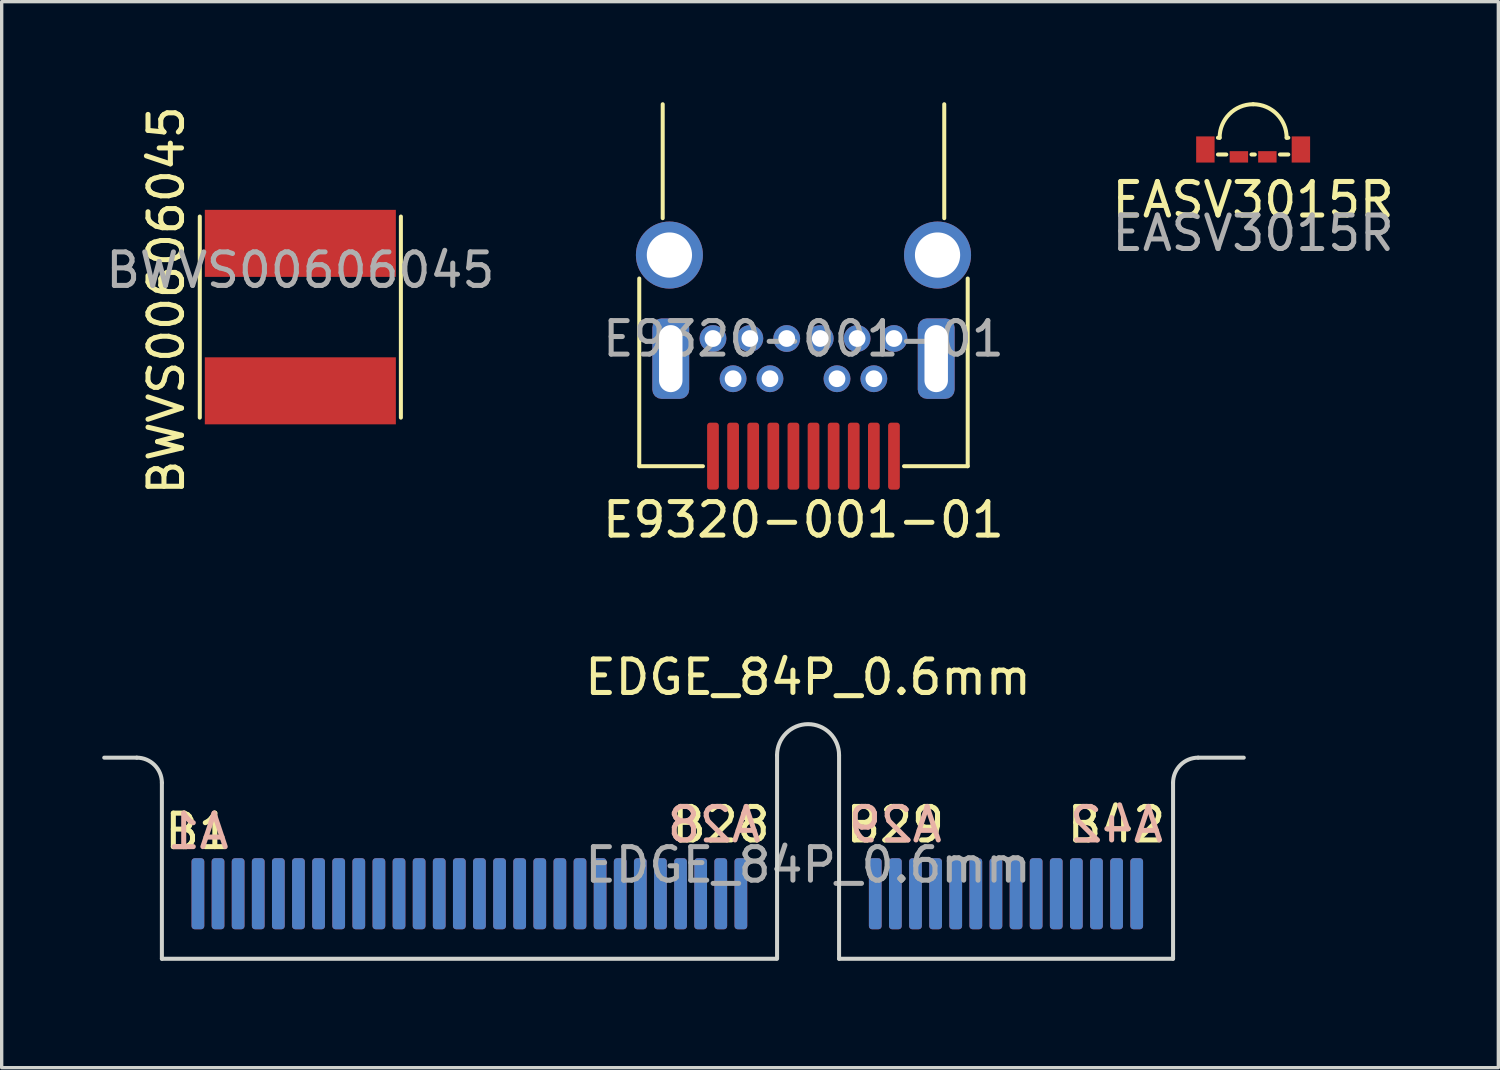
<source format=kicad_pcb>
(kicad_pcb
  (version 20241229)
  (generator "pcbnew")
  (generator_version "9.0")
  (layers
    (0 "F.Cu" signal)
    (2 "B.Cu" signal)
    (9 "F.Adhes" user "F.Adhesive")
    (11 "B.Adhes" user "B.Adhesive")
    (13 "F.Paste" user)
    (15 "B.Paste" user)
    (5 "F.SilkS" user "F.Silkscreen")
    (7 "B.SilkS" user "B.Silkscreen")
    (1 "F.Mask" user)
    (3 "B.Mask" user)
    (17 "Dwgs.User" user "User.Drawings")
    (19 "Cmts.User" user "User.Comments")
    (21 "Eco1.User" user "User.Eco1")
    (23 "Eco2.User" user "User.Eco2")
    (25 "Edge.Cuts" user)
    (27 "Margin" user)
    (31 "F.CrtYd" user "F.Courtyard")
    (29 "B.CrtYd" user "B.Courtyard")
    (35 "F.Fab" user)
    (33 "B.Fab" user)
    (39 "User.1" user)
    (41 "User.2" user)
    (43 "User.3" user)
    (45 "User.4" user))
  (footprint "BWVS00606045"
    (layer "F.Cu")
    (at 5.911 6.411)
    (property "Reference" "BWVS00606045" (at -4 -0.5 90) (unlocked yes) (layer "F.SilkS") (effects (font (size 1 1) (thickness 0.15))))
    (attr smd)
    (fp_line (start -3 3) (end -3 -3) (stroke (width 0.12) (type solid)) (layer "F.SilkS"))
    (fp_line (start 3 -3) (end 3 3) (stroke (width 0.12) (type solid)) (layer "F.SilkS"))
    (fp_text user "${REFERENCE}" (at 0 -1.4 0) (unlocked yes) (layer "F.Fab") (effects (font (size 1 1) (thickness 0.15))))
    (pad "1" smd rect (at 0 -2.2) (size 5.7 2) (layers "F.Cu" "F.Mask" "F.Paste"))
    (pad "2" smd rect (at 0 2.2) (size 5.7 2) (layers "F.Cu" "F.Mask" "F.Paste")))
  (footprint "E9320-001-01"
    (layer "F.Cu")
    (at 20.923 4.56)
    (property "Reference" "E9320-001-01" (at 0 7.9 0) (unlocked yes) (layer "F.SilkS") (effects (font (size 1 1) (thickness 0.15))))
    (attr smd)
    (fp_line (start -4.9 0.7) (end -4.9 6.3) (stroke (width 0.12) (type solid)) (layer "F.SilkS"))
    (fp_line (start -4.9 6.3) (end -3 6.3) (stroke (width 0.12) (type solid)) (layer "F.SilkS"))
    (fp_line (start -4.2 -1.1) (end -4.2 -4.5) (stroke (width 0.12) (type solid)) (layer "F.SilkS"))
    (fp_line (start 3 6.3) (end 4.9 6.3) (stroke (width 0.12) (type solid)) (layer "F.SilkS"))
    (fp_line (start 4.2 -4.5) (end 4.2 -1.1) (stroke (width 0.12) (type solid)) (layer "F.SilkS"))
    (fp_line (start 4.9 6.3) (end 4.9 0.7) (stroke (width 0.12) (type solid)) (layer "F.SilkS"))
    (fp_line (start 0 -4.5) (end -4.2 -4.5) (stroke (width 0.12) (type solid)) (layer "Eco1.User"))
    (fp_line (start 0 -4.5) (end 4.2 -4.5) (stroke (width 0.12) (type solid)) (layer "Eco1.User"))
    (fp_text user "${REFERENCE}" (at 0 2.5 0) (unlocked yes) (layer "F.Fab") (effects (font (size 1 1) (thickness 0.15))))
    (pad "1" smd roundrect (at 2.7 6) (size 0.35 2) (layers "F.Cu" "F.Mask" "F.Paste") (roundrect_rratio 0.25))
    (pad "2" thru_hole circle (at 2.7 2.49) (size 0.8 0.8) (drill 0.5) (layers "*.Cu" "B.Mask"))
    (pad "3" smd roundrect (at 2.1 6) (size 0.35 2) (layers "F.Cu" "F.Mask" "F.Paste") (roundrect_rratio 0.25))
    (pad "4" thru_hole circle (at 2.1 3.69) (size 0.8 0.8) (drill 0.5) (layers "*.Cu" "B.Mask"))
    (pad "5" smd roundrect (at 1.5 6) (size 0.35 2) (layers "F.Cu" "F.Mask" "F.Paste") (roundrect_rratio 0.25))
    (pad "6" thru_hole circle (at 1.6 2.49) (size 0.8 0.8) (drill 0.5) (layers "*.Cu" "B.Mask"))
    (pad "7" smd roundrect (at 0.9 6) (size 0.35 2) (layers "F.Cu" "F.Mask" "F.Paste") (roundrect_rratio 0.25))
    (pad "8" thru_hole circle (at 1 3.69) (size 0.8 0.8) (drill 0.5) (layers "*.Cu" "B.Mask"))
    (pad "9" smd roundrect (at 0.3 6) (size 0.35 2) (layers "F.Cu" "F.Mask" "F.Paste") (roundrect_rratio 0.25))
    (pad "10" thru_hole circle (at 0.5 2.49) (size 0.8 0.8) (drill 0.5) (layers "*.Cu" "B.Mask"))
    (pad "11" smd roundrect (at -0.3 6) (size 0.35 2) (layers "F.Cu" "F.Mask" "F.Paste") (roundrect_rratio 0.25))
    (pad "12" thru_hole circle (at -0.5 2.49) (size 0.8 0.8) (drill 0.5) (layers "*.Cu" "B.Mask"))
    (pad "13" smd roundrect (at -0.9 6) (size 0.35 2) (layers "F.Cu" "F.Mask" "F.Paste") (roundrect_rratio 0.25))
    (pad "14" thru_hole circle (at -1 3.69) (size 0.8 0.8) (drill 0.5) (layers "*.Cu" "B.Mask"))
    (pad "15" smd roundrect (at -1.5 6) (size 0.35 2) (layers "F.Cu" "F.Mask" "F.Paste") (roundrect_rratio 0.25))
    (pad "16" thru_hole circle (at -1.6 2.49) (size 0.8 0.8) (drill 0.5) (layers "*.Cu" "B.Mask"))
    (pad "17" smd roundrect (at -2.1 6) (size 0.35 2) (layers "F.Cu" "F.Mask" "F.Paste") (roundrect_rratio 0.25))
    (pad "18" thru_hole circle (at -2.1 3.69) (size 0.8 0.8) (drill 0.5) (layers "*.Cu" "*.Mask"))
    (pad "19" smd roundrect (at -2.7 6) (size 0.35 2) (layers "F.Cu" "F.Mask" "F.Paste") (roundrect_rratio 0.25))
    (pad "20" thru_hole circle (at -2.7 2.49) (size 0.8 0.8) (drill 0.5) (layers "*.Cu" "*.Mask"))
    (pad "S" thru_hole circle (at -4 0) (size 2 2) (drill 1.35) (layers "*.Cu" "*.Mask"))
    (pad "S" thru_hole roundrect (at -3.96 3.09) (size 1.1 2.4) (drill oval 0.7 2) (layers "*.Cu" "*.Mask") (roundrect_rratio 0.25))
    (pad "S" thru_hole roundrect (at 3.96 3.09) (size 1.1 2.4) (drill oval 0.7 2) (layers "*.Cu" "*.Mask") (roundrect_rratio 0.25))
    (pad "S" thru_hole circle (at 4 0) (size 2 2) (drill 1.35) (layers "*.Cu" "*.Mask")))
  (footprint "EASV3015R"
    (layer "F.Cu")
    (at 34.339 1.41)
    (property "Reference" "EASV3015R" (at 0 1.5 0) (unlocked yes) (layer "F.SilkS") (effects (font (size 1 1) (thickness 0.15))))
    (attr smd)
    (fp_line (start -1 -0.35) (end -1.05 -0.35) (stroke (width 0.12) (type solid)) (layer "F.SilkS"))
    (fp_line (start -0.8 0.15) (end -1.05 0.15) (stroke (width 0.12) (type solid)) (layer "F.SilkS"))
    (fp_line (start 0.05 0.15) (end -0.05 0.15) (stroke (width 0.12) (type solid)) (layer "F.SilkS"))
    (fp_line (start 1 -0.35) (end 1.05 -0.35) (stroke (width 0.12) (type solid)) (layer "F.SilkS"))
    (fp_line (start 1.05 0.15) (end 0.8 0.15) (stroke (width 0.12) (type solid)) (layer "F.SilkS"))
    (fp_arc (start -1 -0.35) (mid -0.707107 -1.057107) (end 0 -1.35) (stroke (width 0.12) (type solid)) (layer "F.SilkS"))
    (fp_arc (start 0 -1.35) (mid 0.707107 -1.057107) (end 1 -0.35) (stroke (width 0.12) (type solid)) (layer "F.SilkS"))
    (fp_text user "${REFERENCE}" (at 0 2.5 0) (unlocked yes) (layer "F.Fab") (effects (font (size 1 1) (thickness 0.15))))
    (pad "1" smd rect (at 1.425 0) (size 0.55 0.78) (layers "F.Cu" "F.Mask" "F.Paste"))
    (pad "2" smd rect (at 0.425 0.22) (size 0.55 0.34) (layers "F.Cu" "F.Mask" "F.Paste"))
    (pad "3" smd rect (at -0.425 0.22) (size 0.55 0.34) (layers "F.Cu" "F.Mask" "F.Paste"))
    (pad "4" smd rect (at -1.425 0) (size 0.55 0.78) (layers "F.Cu" "F.Mask" "F.Paste")))
  (footprint "EDGE_84P_0.6mm"
    (layer "F.Cu")
    (at 21.06 25.556)
    (property "Reference" "EDGE_84P_0.6mm" (at 0 -8.4 0) (unlocked yes) (layer "F.SilkS") (effects (font (size 1 1) (thickness 0.15))))
    (attr smd)
    (fp_line (start -20.03 -6) (end -21 -6) (stroke (width 0.12) (type solid)) (layer "Edge.Cuts"))
    (fp_line (start -19.28 0) (end -19.28 -5.25) (stroke (width 0.12) (type solid)) (layer "Edge.Cuts"))
    (fp_line (start -0.95 0) (end -19.28 0) (stroke (width 0.12) (type solid)) (layer "Edge.Cuts"))
    (fp_line (start -0.925 0) (end -0.925 -6.075) (stroke (width 0.12) (type solid)) (layer "Edge.Cuts"))
    (fp_line (start 0.925 -6.075) (end 0.925 0) (stroke (width 0.12) (type solid)) (layer "Edge.Cuts"))
    (fp_line (start 0.925 0) (end 10.89 0) (stroke (width 0.12) (type solid)) (layer "Edge.Cuts"))
    (fp_line (start 10.89 0) (end 10.89 -5.25) (stroke (width 0.12) (type solid)) (layer "Edge.Cuts"))
    (fp_line (start 11.64 -6) (end 13 -6) (stroke (width 0.12) (type solid)) (layer "Edge.Cuts"))
    (fp_arc (start -20.03 -6) (mid -19.499671 -5.78033) (end -19.28 -5.25) (stroke (width 0.12) (type solid)) (layer "Edge.Cuts"))
    (fp_arc (start -0.925 -6.075) (mid 0 -7) (end 0.925 -6.075) (stroke (width 0.12) (type solid)) (layer "Edge.Cuts"))
    (fp_arc (start 10.89 -5.25) (mid 11.10967 -5.78033) (end 11.64 -6) (stroke (width 0.12) (type solid)) (layer "Edge.Cuts"))
    (fp_text user "B42" (at 9.2 -4 0) (unlocked yes) (layer "F.SilkS") (effects (font (size 1 1) (thickness 0.15))))
    (fp_text user "B1" (at -18.2 -3.8 0) (unlocked yes) (layer "F.SilkS") (effects (font (size 1 1) (thickness 0.15))))
    (fp_text user "B28" (at -2.6 -4 0) (unlocked yes) (layer "F.SilkS") (effects (font (size 1 1) (thickness 0.15))))
    (fp_text user "B29" (at 2.6 -4 0) (unlocked yes) (layer "F.SilkS") (effects (font (size 1 1) (thickness 0.15))))
    (fp_text user "A29" (at 2.6 -4 0) (unlocked yes) (layer "B.SilkS") (effects (font (size 1 1) (thickness 0.15)) (justify mirror)))
    (fp_text user "A28" (at -2.8 -4 0) (unlocked yes) (layer "B.SilkS") (effects (font (size 1 1) (thickness 0.15)) (justify mirror)))
    (fp_text user "A42" (at 9.2 -4 0) (unlocked yes) (layer "B.SilkS") (effects (font (size 1 1) (thickness 0.15)) (justify mirror)))
    (fp_text user "A1" (at -18.2 -3.8 0) (unlocked yes) (layer "B.SilkS") (effects (font (size 1 1) (thickness 0.15)) (justify mirror)))
    (fp_text user "${REFERENCE}" (at 0 -2.8 0) (unlocked yes) (layer "F.Fab") (effects (font (size 1 1) (thickness 0.15))))
    (pad "A1" connect roundrect (at -18.205 -1.94) (size 0.38 2.12) (layers "B.Cu" "B.Mask") (roundrect_rratio 0.25))
    (pad "A2" connect roundrect (at -17.605 -1.94) (size 0.38 2.12) (layers "B.Cu" "B.Mask") (roundrect_rratio 0.25))
    (pad "A3" connect roundrect (at -17.005 -1.94) (size 0.38 2.12) (layers "B.Cu" "B.Mask") (roundrect_rratio 0.25))
    (pad "A4" connect roundrect (at -16.405 -1.94) (size 0.38 2.12) (layers "B.Cu" "B.Mask") (roundrect_rratio 0.25))
    (pad "A5" connect roundrect (at -15.805 -1.94) (size 0.38 2.12) (layers "B.Cu" "B.Mask") (roundrect_rratio 0.25))
    (pad "A6" connect roundrect (at -15.205 -1.94) (size 0.38 2.12) (layers "B.Cu" "B.Mask") (roundrect_rratio 0.25))
    (pad "A7" connect roundrect (at -14.605 -1.94) (size 0.38 2.12) (layers "B.Cu" "B.Mask") (roundrect_rratio 0.25))
    (pad "A8" connect roundrect (at -14.005 -1.94) (size 0.38 2.12) (layers "B.Cu" "B.Mask") (roundrect_rratio 0.25))
    (pad "A9" connect roundrect (at -13.405 -1.94) (size 0.38 2.12) (layers "B.Cu" "B.Mask") (roundrect_rratio 0.25))
    (pad "A10" connect roundrect (at -12.805 -1.94) (size 0.38 2.12) (layers "B.Cu" "B.Mask") (roundrect_rratio 0.25))
    (pad "A11" connect roundrect (at -12.205 -1.94) (size 0.38 2.12) (layers "B.Cu" "B.Mask") (roundrect_rratio 0.25))
    (pad "A12" connect roundrect (at -11.605 -1.94) (size 0.38 2.12) (layers "B.Cu" "B.Mask") (roundrect_rratio 0.25))
    (pad "A13" connect roundrect (at -11.005 -1.94) (size 0.38 2.12) (layers "B.Cu" "B.Mask") (roundrect_rratio 0.25))
    (pad "A14" connect roundrect (at -10.405 -1.94) (size 0.38 2.12) (layers "B.Cu" "B.Mask") (roundrect_rratio 0.25))
    (pad "A15" connect roundrect (at -9.805 -1.94) (size 0.38 2.12) (layers "B.Cu" "B.Mask") (roundrect_rratio 0.25))
    (pad "A16" connect roundrect (at -9.205 -1.94) (size 0.38 2.12) (layers "B.Cu" "B.Mask") (roundrect_rratio 0.25))
    (pad "A17" connect roundrect (at -8.605 -1.94) (size 0.38 2.12) (layers "B.Cu" "B.Mask") (roundrect_rratio 0.25))
    (pad "A18" connect roundrect (at -8.005 -1.94) (size 0.38 2.12) (layers "B.Cu" "B.Mask") (roundrect_rratio 0.25))
    (pad "A19" connect roundrect (at -7.405 -1.94) (size 0.38 2.12) (layers "B.Cu" "B.Mask") (roundrect_rratio 0.25))
    (pad "A20" connect roundrect (at -6.805 -1.94) (size 0.38 2.12) (layers "B.Cu" "B.Mask") (roundrect_rratio 0.25))
    (pad "A21" connect roundrect (at -6.205 -1.94) (size 0.38 2.12) (layers "B.Cu" "B.Mask") (roundrect_rratio 0.25))
    (pad "A22" connect roundrect (at -5.605 -1.94) (size 0.38 2.12) (layers "B.Cu" "B.Mask") (roundrect_rratio 0.25))
    (pad "A23" connect roundrect (at -5.005 -1.94) (size 0.38 2.12) (layers "B.Cu" "B.Mask") (roundrect_rratio 0.25))
    (pad "A24" connect roundrect (at -4.405 -1.94) (size 0.38 2.12) (layers "B.Cu" "B.Mask") (roundrect_rratio 0.25))
    (pad "A25" connect roundrect (at -3.805 -1.94) (size 0.38 2.12) (layers "B.Cu" "B.Mask") (roundrect_rratio 0.25))
    (pad "A26" connect roundrect (at -3.205 -1.94) (size 0.38 2.12) (layers "B.Cu" "B.Mask") (roundrect_rratio 0.25))
    (pad "A27" connect roundrect (at -2.605 -1.94) (size 0.38 2.12) (layers "B.Cu" "B.Mask") (roundrect_rratio 0.25))
    (pad "A28" connect roundrect (at -2.005 -1.94) (size 0.38 2.12) (layers "B.Cu" "B.Mask") (roundrect_rratio 0.25))
    (pad "A29" connect roundrect (at 2.005 -1.94) (size 0.38 2.12) (layers "B.Cu" "B.Mask") (roundrect_rratio 0.25))
    (pad "A30" connect roundrect (at 2.605 -1.94) (size 0.38 2.12) (layers "B.Cu" "B.Mask") (roundrect_rratio 0.25))
    (pad "A31" connect roundrect (at 3.205 -1.94) (size 0.38 2.12) (layers "B.Cu" "B.Mask") (roundrect_rratio 0.25))
    (pad "A32" connect roundrect (at 3.805 -1.94) (size 0.38 2.12) (layers "B.Cu" "B.Mask") (roundrect_rratio 0.25))
    (pad "A33" connect roundrect (at 4.405 -1.94) (size 0.38 2.12) (layers "B.Cu" "B.Mask") (roundrect_rratio 0.25))
    (pad "A34" connect roundrect (at 5.005 -1.94) (size 0.38 2.12) (layers "B.Cu" "B.Mask") (roundrect_rratio 0.25))
    (pad "A35" connect roundrect (at 5.605 -1.94) (size 0.38 2.12) (layers "B.Cu" "B.Mask") (roundrect_rratio 0.25))
    (pad "A36" connect roundrect (at 6.205 -1.94) (size 0.38 2.12) (layers "B.Cu" "B.Mask") (roundrect_rratio 0.25))
    (pad "A37" connect roundrect (at 6.805 -1.94) (size 0.38 2.12) (layers "B.Cu" "B.Mask") (roundrect_rratio 0.25))
    (pad "A38" connect roundrect (at 7.405 -1.94) (size 0.38 2.12) (layers "B.Cu" "B.Mask") (roundrect_rratio 0.25))
    (pad "A39" connect roundrect (at 8.005 -1.94) (size 0.38 2.12) (layers "B.Cu" "B.Mask") (roundrect_rratio 0.25))
    (pad "A40" connect roundrect (at 8.605 -1.94) (size 0.38 2.12) (layers "B.Cu" "B.Mask") (roundrect_rratio 0.25))
    (pad "A41" connect roundrect (at 9.205 -1.94) (size 0.38 2.12) (layers "B.Cu" "B.Mask") (roundrect_rratio 0.25))
    (pad "A42" connect roundrect (at 9.805 -1.94) (size 0.38 2.12) (layers "B.Cu" "B.Mask") (roundrect_rratio 0.25))
    (pad "B1" connect roundrect (at -18.205 -1.94) (size 0.38 2.12) (layers "F.Cu" "F.Mask") (roundrect_rratio 0.25))
    (pad "B2" connect roundrect (at -17.605 -1.94) (size 0.38 2.12) (layers "F.Cu" "F.Mask") (roundrect_rratio 0.25))
    (pad "B3" connect roundrect (at -17.005 -1.94) (size 0.38 2.12) (layers "F.Cu" "F.Mask") (roundrect_rratio 0.25))
    (pad "B4" connect roundrect (at -16.405 -1.94) (size 0.38 2.12) (layers "F.Cu" "F.Mask") (roundrect_rratio 0.25))
    (pad "B5" connect roundrect (at -15.805 -1.94) (size 0.38 2.12) (layers "F.Cu" "F.Mask") (roundrect_rratio 0.25))
    (pad "B6" connect roundrect (at -15.205 -1.94) (size 0.38 2.12) (layers "F.Cu" "F.Mask") (roundrect_rratio 0.25))
    (pad "B7" connect roundrect (at -14.605 -1.94) (size 0.38 2.12) (layers "F.Cu" "F.Mask") (roundrect_rratio 0.25))
    (pad "B8" connect roundrect (at -14.005 -1.94) (size 0.38 2.12) (layers "F.Cu" "F.Mask") (roundrect_rratio 0.25))
    (pad "B9" connect roundrect (at -13.405 -1.94) (size 0.38 2.12) (layers "F.Cu" "F.Mask") (roundrect_rratio 0.25))
    (pad "B10" connect roundrect (at -12.805 -1.94) (size 0.38 2.12) (layers "F.Cu" "F.Mask") (roundrect_rratio 0.25))
    (pad "B11" connect roundrect (at -12.205 -1.94) (size 0.38 2.12) (layers "F.Cu" "F.Mask") (roundrect_rratio 0.25))
    (pad "B12" connect roundrect (at -11.605 -1.94) (size 0.38 2.12) (layers "F.Cu" "F.Mask") (roundrect_rratio 0.25))
    (pad "B13" connect roundrect (at -11.005 -1.94) (size 0.38 2.12) (layers "F.Cu" "F.Mask") (roundrect_rratio 0.25))
    (pad "B14" connect roundrect (at -10.405 -1.94) (size 0.38 2.12) (layers "F.Cu" "F.Mask") (roundrect_rratio 0.25))
    (pad "B15" connect roundrect (at -9.805 -1.94) (size 0.38 2.12) (layers "F.Cu" "F.Mask") (roundrect_rratio 0.25))
    (pad "B16" connect roundrect (at -9.205 -1.94) (size 0.38 2.12) (layers "F.Cu" "F.Mask") (roundrect_rratio 0.25))
    (pad "B17" connect roundrect (at -8.605 -1.94) (size 0.38 2.12) (layers "F.Cu" "F.Mask") (roundrect_rratio 0.25))
    (pad "B18" connect roundrect (at -8.005 -1.94) (size 0.38 2.12) (layers "F.Cu" "F.Mask") (roundrect_rratio 0.25))
    (pad "B19" connect roundrect (at -7.405 -1.94) (size 0.38 2.12) (layers "F.Cu" "F.Mask") (roundrect_rratio 0.25))
    (pad "B20" connect roundrect (at -6.805 -1.94) (size 0.38 2.12) (layers "F.Cu" "F.Mask") (roundrect_rratio 0.25))
    (pad "B21" connect roundrect (at -6.205 -1.94) (size 0.38 2.12) (layers "F.Cu" "F.Mask") (roundrect_rratio 0.25))
    (pad "B22" connect roundrect (at -5.605 -1.94) (size 0.38 2.12) (layers "F.Cu" "F.Mask") (roundrect_rratio 0.25))
    (pad "B23" connect roundrect (at -5.005 -1.94) (size 0.38 2.12) (layers "F.Cu" "F.Mask") (roundrect_rratio 0.25))
    (pad "B24" connect roundrect (at -4.405 -1.94) (size 0.38 2.12) (layers "F.Cu" "F.Mask") (roundrect_rratio 0.25))
    (pad "B25" connect roundrect (at -3.805 -1.94) (size 0.38 2.12) (layers "F.Cu" "F.Mask") (roundrect_rratio 0.25))
    (pad "B26" connect roundrect (at -3.205 -1.94) (size 0.38 2.12) (layers "F.Cu" "F.Mask") (roundrect_rratio 0.25))
    (pad "B27" connect roundrect (at -2.605 -1.94) (size 0.38 2.12) (layers "F.Cu" "F.Mask") (roundrect_rratio 0.25))
    (pad "B28" connect roundrect (at -2.005 -1.94) (size 0.38 2.12) (layers "F.Cu" "F.Mask") (roundrect_rratio 0.25))
    (pad "B29" connect roundrect (at 2.005 -1.94) (size 0.38 2.12) (layers "F.Cu" "F.Mask") (roundrect_rratio 0.25))
    (pad "B30" connect roundrect (at 2.605 -1.94) (size 0.38 2.12) (layers "F.Cu" "F.Mask") (roundrect_rratio 0.25))
    (pad "B31" connect roundrect (at 3.205 -1.94) (size 0.38 2.12) (layers "F.Cu" "F.Mask") (roundrect_rratio 0.25))
    (pad "B32" connect roundrect (at 3.805 -1.94) (size 0.38 2.12) (layers "F.Cu" "F.Mask") (roundrect_rratio 0.25))
    (pad "B33" connect roundrect (at 4.405 -1.94) (size 0.38 2.12) (layers "F.Cu" "F.Mask") (roundrect_rratio 0.25))
    (pad "B34" connect roundrect (at 5.005 -1.94) (size 0.38 2.12) (layers "F.Cu" "F.Mask") (roundrect_rratio 0.25))
    (pad "B35" connect roundrect (at 5.605 -1.94) (size 0.38 2.12) (layers "F.Cu" "F.Mask") (roundrect_rratio 0.25))
    (pad "B36" connect roundrect (at 6.205 -1.94) (size 0.38 2.12) (layers "F.Cu" "F.Mask") (roundrect_rratio 0.25))
    (pad "B37" connect roundrect (at 6.805 -1.94) (size 0.38 2.12) (layers "F.Cu" "F.Mask") (roundrect_rratio 0.25))
    (pad "B38" connect roundrect (at 7.405 -1.94) (size 0.38 2.12) (layers "F.Cu" "F.Mask") (roundrect_rratio 0.25))
    (pad "B39" connect roundrect (at 8.005 -1.94) (size 0.38 2.12) (layers "F.Cu" "F.Mask") (roundrect_rratio 0.25))
    (pad "B40" connect roundrect (at 8.605 -1.94) (size 0.38 2.12) (layers "F.Cu" "F.Mask") (roundrect_rratio 0.25))
    (pad "B41" connect roundrect (at 9.205 -1.94) (size 0.38 2.12) (layers "F.Cu" "F.Mask") (roundrect_rratio 0.25))
    (pad "B42" connect roundrect (at 9.805 -1.94) (size 0.38 2.12) (layers "F.Cu" "F.Mask") (roundrect_rratio 0.25)))
  (gr_rect
    (start -3 -3)
    (end 41.655 28.806)
    (stroke (width 0.1) (type default))
    (fill no)
    (layer "Edge.Cuts")))
</source>
